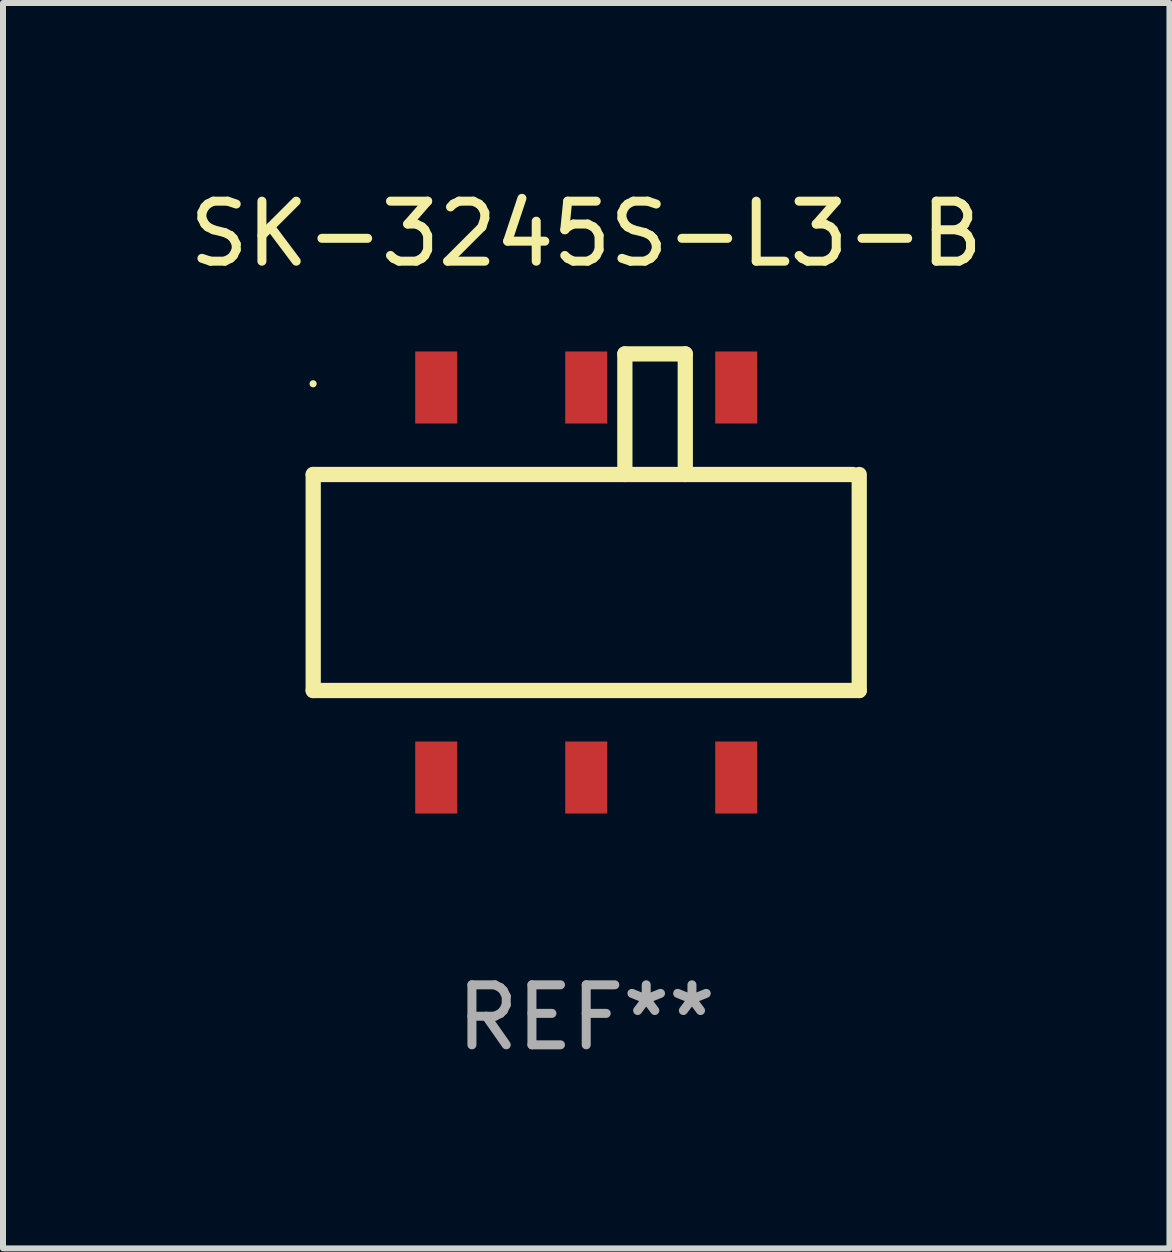
<source format=kicad_pcb>
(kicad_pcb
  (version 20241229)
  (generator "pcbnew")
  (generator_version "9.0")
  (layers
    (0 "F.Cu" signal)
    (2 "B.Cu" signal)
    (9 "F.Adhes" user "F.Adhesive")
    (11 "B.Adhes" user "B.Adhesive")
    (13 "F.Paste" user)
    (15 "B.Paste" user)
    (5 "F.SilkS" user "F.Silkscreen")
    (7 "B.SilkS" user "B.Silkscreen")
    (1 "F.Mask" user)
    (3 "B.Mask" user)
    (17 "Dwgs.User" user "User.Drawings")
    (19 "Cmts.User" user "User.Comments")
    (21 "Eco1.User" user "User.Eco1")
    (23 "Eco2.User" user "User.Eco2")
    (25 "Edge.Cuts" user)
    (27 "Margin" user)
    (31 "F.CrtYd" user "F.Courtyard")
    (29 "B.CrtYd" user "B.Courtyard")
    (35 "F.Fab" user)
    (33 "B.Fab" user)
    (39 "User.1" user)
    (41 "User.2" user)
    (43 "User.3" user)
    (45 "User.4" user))
  (footprint "SK-3245S-L3-B"
    (layer "F.Cu")
    (at 6.72 6.378)
    (property "Reference" "SK-3245S-L3-B" (at 0 -5.53 0) (layer "F.SilkS") (effects (font (size 1 1) (thickness 0.15))))
    (attr through_hole)
    (fp_line (start -4.55 -1.52) (end -4.55 2.08) (stroke (width 0.254) (type solid)) (layer "F.SilkS"))
    (fp_line (start -4.55 -1.52) (end 4.445 -1.52) (stroke (width 0.254) (type solid)) (layer "F.SilkS"))
    (fp_line (start -4.55 2.08) (end 4.55 2.08) (stroke (width 0.254) (type solid)) (layer "F.SilkS"))
    (fp_line (start 0.644 -3.53) (end 1.651 -3.53) (stroke (width 0.254) (type solid)) (layer "F.SilkS"))
    (fp_line (start 0.644 -1.52) (end 0.644 -3.53) (stroke (width 0.254) (type solid)) (layer "F.SilkS"))
    (fp_line (start 1.651 -3.53) (end 1.651 -1.52) (stroke (width 0.254) (type solid)) (layer "F.SilkS"))
    (fp_line (start 4.55 -1.52) (end 4.55 2.08) (stroke (width 0.254) (type solid)) (layer "F.SilkS"))
    (fp_circle (center -4.552 -3.032) (end -4.522 -3.032) (stroke (width 0.06) (type solid)) (fill no) (layer "F.SilkS"))
    (fp_text user "REF**" (at 0 7.53 0) (layer "F.Fab") (effects (font (size 1 1) (thickness 0.15))))
    (pad "1" smd rect (at -2.5 -2.97 180) (size 0.7 1.2) (layers "F.Cu" "F.Mask" "F.Paste"))
    (pad "2" smd rect (at 0 -2.97 180) (size 0.7 1.2) (layers "F.Cu" "F.Mask" "F.Paste"))
    (pad "3" smd rect (at 2.5 -2.97 180) (size 0.7 1.2) (layers "F.Cu" "F.Mask" "F.Paste"))
    (pad "4" smd rect (at -2.5 3.53 180) (size 0.7 1.2) (layers "F.Cu" "F.Mask" "F.Paste"))
    (pad "5" smd rect (at 0 3.53 180) (size 0.7 1.2) (layers "F.Cu" "F.Mask" "F.Paste"))
    (pad "6" smd rect (at 2.5 3.53 180) (size 0.7 1.2) (layers "F.Cu" "F.Mask" "F.Paste")))
  (gr_rect
    (start -3 -3)
    (end 16.44 17.756)
    (stroke (width 0.1) (type default))
    (fill no)
    (layer "Edge.Cuts")))
</source>
